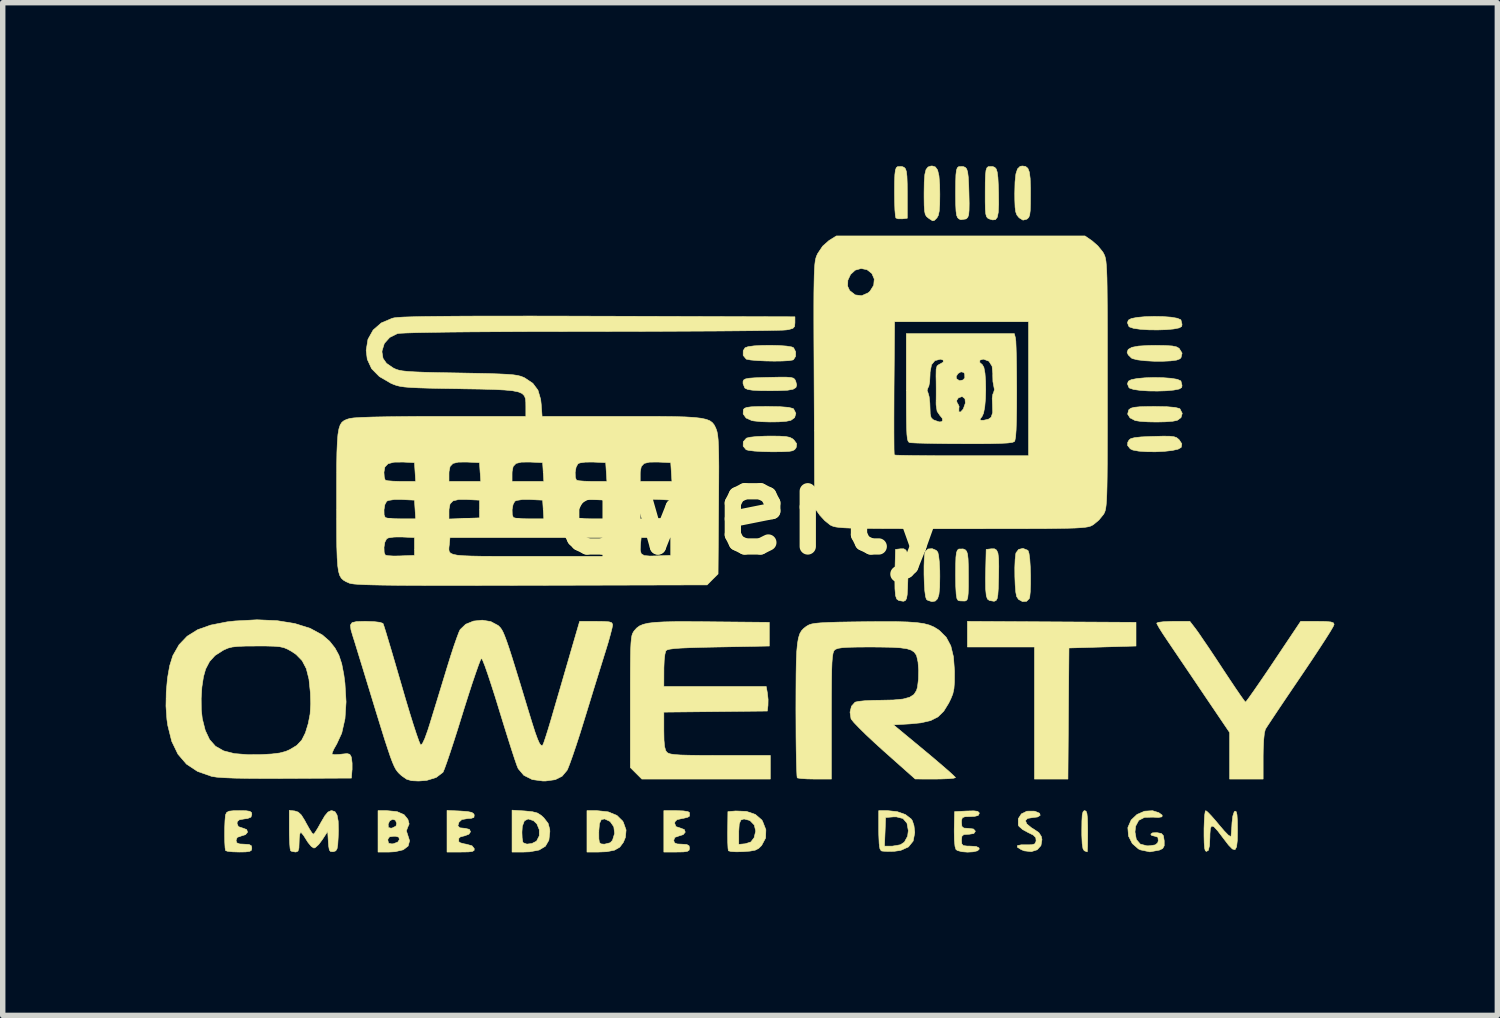
<source format=kicad_pcb>
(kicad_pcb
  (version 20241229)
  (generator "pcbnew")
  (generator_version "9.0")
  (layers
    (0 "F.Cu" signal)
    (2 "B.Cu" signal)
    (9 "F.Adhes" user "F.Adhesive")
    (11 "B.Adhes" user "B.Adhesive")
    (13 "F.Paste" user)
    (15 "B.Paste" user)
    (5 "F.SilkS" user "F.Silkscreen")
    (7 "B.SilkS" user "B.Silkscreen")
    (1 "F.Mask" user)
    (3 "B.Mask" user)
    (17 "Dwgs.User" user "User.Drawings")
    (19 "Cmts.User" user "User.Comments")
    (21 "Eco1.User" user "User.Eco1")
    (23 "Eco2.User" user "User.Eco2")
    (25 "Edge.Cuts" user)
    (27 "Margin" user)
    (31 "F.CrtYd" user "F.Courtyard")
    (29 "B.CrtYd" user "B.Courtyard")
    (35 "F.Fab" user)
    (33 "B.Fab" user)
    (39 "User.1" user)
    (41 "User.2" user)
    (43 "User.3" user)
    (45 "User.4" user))
  (footprint "qwerty"
    (layer "F.Cu")
    (at 10.802 6.319)
    (property "Reference" "qwerty" (at 0 0 0) (layer "F.SilkS") (effects (font (size 1.524 1.524) (thickness 0.3))))
    (attr through_hole)
    (fp_poly (pts (xy 5.506 2.077) (xy 7.058 2.086) (xy 7.058 2.522) (xy 5.824 2.558) (xy 5.814 3.765) (xy 5.805 4.971) (xy 5.189 4.971) (xy 5.189 2.54) (xy 3.955 2.54) (xy 3.955 2.068) (xy 5.506 2.077)) (stroke (width 0.01) (type solid)) (fill yes) (layer "F.SilkS"))
    (fp_poly (pts (xy 6.139 5.563) (xy 6.155 5.606) (xy 6.164 5.692) (xy 6.168 5.832) (xy 6.169 5.933) (xy 6.168 6.089) (xy 6.166 6.213) (xy 6.162 6.292) (xy 6.16 6.311) (xy 6.123 6.297) (xy 6.105 6.29) (xy 6.082 6.252) (xy 6.067 6.159) (xy 6.06 6.002) (xy 6.06 5.912) (xy 6.062 5.743) (xy 6.068 5.635) (xy 6.082 5.576) (xy 6.103 5.553) (xy 6.114 5.552) (xy 6.139 5.563)) (stroke (width 0.01) (type solid)) (fill yes) (layer "F.SilkS"))
    (fp_poly (pts (xy 0.507 -1.883) (xy 0.662 -1.871) (xy 0.744 -1.85) (xy 0.755 -1.843) (xy 0.797 -1.761) (xy 0.774 -1.682) (xy 0.705 -1.632) (xy 0.617 -1.614) (xy 0.48 -1.604) (xy 0.32 -1.602) (xy 0.161 -1.607) (xy 0.026 -1.621) (xy -0.014 -1.628) (xy -0.119 -1.675) (xy -0.173 -1.75) (xy -0.17 -1.827) (xy -0.15 -1.853) (xy -0.106 -1.87) (xy -0.025 -1.881) (xy 0.104 -1.886) (xy 0.282 -1.887) (xy 0.507 -1.883)) (stroke (width 0.01) (type solid)) (fill yes) (layer "F.SilkS"))
    (fp_poly (pts (xy 2.784 0.733) (xy 2.822 0.756) (xy 2.847 0.81) (xy 2.86 0.907) (xy 2.863 1.055) (xy 2.86 1.265) (xy 2.859 1.288) (xy 2.853 1.463) (xy 2.846 1.579) (xy 2.834 1.647) (xy 2.815 1.682) (xy 2.786 1.696) (xy 2.773 1.698) (xy 2.691 1.684) (xy 2.654 1.657) (xy 2.632 1.595) (xy 2.621 1.47) (xy 2.619 1.279) (xy 2.62 1.174) (xy 2.631 0.744) (xy 2.729 0.732) (xy 2.784 0.733)) (stroke (width 0.01) (type solid)) (fill yes) (layer "F.SilkS"))
    (fp_poly (pts (xy 4.453 0.733) (xy 4.491 0.756) (xy 4.516 0.81) (xy 4.529 0.907) (xy 4.532 1.055) (xy 4.529 1.265) (xy 4.528 1.288) (xy 4.523 1.463) (xy 4.515 1.579) (xy 4.503 1.647) (xy 4.484 1.682) (xy 4.455 1.696) (xy 4.442 1.698) (xy 4.36 1.684) (xy 4.323 1.657) (xy 4.302 1.595) (xy 4.29 1.47) (xy 4.288 1.279) (xy 4.29 1.174) (xy 4.3 0.744) (xy 4.398 0.732) (xy 4.453 0.733)) (stroke (width 0.01) (type solid)) (fill yes) (layer "F.SilkS"))
    (fp_poly (pts (xy 2.79 -6.288) (xy 2.815 -6.261) (xy 2.832 -6.209) (xy 2.842 -6.121) (xy 2.847 -5.983) (xy 2.848 -5.802) (xy 2.848 -5.352) (xy 2.756 -5.341) (xy 2.677 -5.342) (xy 2.638 -5.357) (xy 2.629 -5.401) (xy 2.62 -5.503) (xy 2.615 -5.648) (xy 2.613 -5.82) (xy 2.613 -5.831) (xy 2.614 -6.022) (xy 2.619 -6.153) (xy 2.629 -6.235) (xy 2.645 -6.281) (xy 2.67 -6.302) (xy 2.672 -6.302) (xy 2.751 -6.304) (xy 2.79 -6.288)) (stroke (width 0.01) (type solid)) (fill yes) (layer "F.SilkS"))
    (fp_poly (pts (xy 7.554 -3.542) (xy 7.703 -3.531) (xy 7.818 -3.511) (xy 7.881 -3.484) (xy 7.885 -3.479) (xy 7.905 -3.4) (xy 7.899 -3.361) (xy 7.854 -3.334) (xy 7.753 -3.314) (xy 7.614 -3.301) (xy 7.454 -3.296) (xy 7.29 -3.298) (xy 7.138 -3.308) (xy 7.016 -3.325) (xy 6.94 -3.35) (xy 6.928 -3.359) (xy 6.9 -3.429) (xy 6.918 -3.477) (xy 6.972 -3.506) (xy 7.08 -3.527) (xy 7.225 -3.54) (xy 7.389 -3.545) (xy 7.554 -3.542)) (stroke (width 0.01) (type solid)) (fill yes) (layer "F.SilkS"))
    (fp_poly (pts (xy 7.554 -2.417) (xy 7.703 -2.406) (xy 7.818 -2.387) (xy 7.881 -2.359) (xy 7.885 -2.354) (xy 7.905 -2.275) (xy 7.899 -2.237) (xy 7.854 -2.209) (xy 7.753 -2.189) (xy 7.614 -2.176) (xy 7.454 -2.171) (xy 7.29 -2.173) (xy 7.138 -2.183) (xy 7.016 -2.2) (xy 6.94 -2.225) (xy 6.928 -2.235) (xy 6.9 -2.304) (xy 6.918 -2.353) (xy 6.972 -2.381) (xy 7.08 -2.402) (xy 7.225 -2.415) (xy 7.389 -2.42) (xy 7.554 -2.417)) (stroke (width 0.01) (type solid)) (fill yes) (layer "F.SilkS"))
    (fp_poly (pts (xy 7.623 -1.883) (xy 7.775 -1.87) (xy 7.857 -1.85) (xy 7.867 -1.843) (xy 7.909 -1.761) (xy 7.886 -1.682) (xy 7.817 -1.632) (xy 7.733 -1.615) (xy 7.6 -1.605) (xy 7.441 -1.601) (xy 7.279 -1.604) (xy 7.139 -1.613) (xy 7.043 -1.628) (xy 6.948 -1.677) (xy 6.904 -1.747) (xy 6.923 -1.822) (xy 6.928 -1.829) (xy 6.963 -1.855) (xy 7.025 -1.872) (xy 7.128 -1.882) (xy 7.284 -1.886) (xy 7.399 -1.887) (xy 7.623 -1.883)) (stroke (width 0.01) (type solid)) (fill yes) (layer "F.SilkS"))
    (fp_poly (pts (xy 0.491 -3.009) (xy 0.627 -2.999) (xy 0.722 -2.983) (xy 0.755 -2.968) (xy 0.793 -2.894) (xy 0.792 -2.811) (xy 0.754 -2.75) (xy 0.741 -2.743) (xy 0.67 -2.731) (xy 0.549 -2.724) (xy 0.398 -2.722) (xy 0.237 -2.725) (xy 0.086 -2.732) (xy -0.037 -2.743) (xy -0.111 -2.757) (xy -0.118 -2.761) (xy -0.173 -2.828) (xy -0.172 -2.914) (xy -0.138 -2.968) (xy -0.082 -2.988) (xy 0.028 -3.003) (xy 0.173 -3.011) (xy 0.333 -3.013) (xy 0.491 -3.009)) (stroke (width 0.01) (type solid)) (fill yes) (layer "F.SilkS"))
    (fp_poly (pts (xy 5.059 0.757) (xy 5.073 0.769) (xy 5.089 0.821) (xy 5.103 0.926) (xy 5.112 1.067) (xy 5.117 1.226) (xy 5.117 1.383) (xy 5.112 1.52) (xy 5.102 1.619) (xy 5.094 1.648) (xy 5.044 1.699) (xy 4.969 1.704) (xy 4.897 1.665) (xy 4.861 1.612) (xy 4.845 1.531) (xy 4.834 1.4) (xy 4.828 1.241) (xy 4.827 1.077) (xy 4.833 0.931) (xy 4.845 0.825) (xy 4.849 0.807) (xy 4.897 0.744) (xy 4.977 0.725) (xy 5.059 0.757)) (stroke (width 0.01) (type solid)) (fill yes) (layer "F.SilkS"))
    (fp_poly (pts (xy 7.6 -3.009) (xy 7.725 -3.001) (xy 7.804 -2.984) (xy 7.85 -2.958) (xy 7.853 -2.955) (xy 7.906 -2.869) (xy 7.887 -2.788) (xy 7.867 -2.765) (xy 7.806 -2.741) (xy 7.692 -2.726) (xy 7.544 -2.719) (xy 7.382 -2.72) (xy 7.223 -2.729) (xy 7.088 -2.745) (xy 6.995 -2.768) (xy 6.975 -2.778) (xy 6.915 -2.837) (xy 6.894 -2.885) (xy 6.915 -2.938) (xy 6.983 -2.976) (xy 7.104 -2.999) (xy 7.286 -3.01) (xy 7.415 -3.012) (xy 7.6 -3.009)) (stroke (width 0.01) (type solid)) (fill yes) (layer "F.SilkS"))
    (fp_poly (pts (xy 3.382 0.762) (xy 3.41 0.796) (xy 3.425 0.861) (xy 3.438 0.979) (xy 3.446 1.131) (xy 3.447 1.242) (xy 3.444 1.437) (xy 3.431 1.57) (xy 3.405 1.652) (xy 3.363 1.694) (xy 3.302 1.705) (xy 3.302 1.705) (xy 3.226 1.681) (xy 3.2 1.662) (xy 3.184 1.61) (xy 3.17 1.505) (xy 3.161 1.364) (xy 3.156 1.205) (xy 3.156 1.048) (xy 3.161 0.911) (xy 3.171 0.812) (xy 3.179 0.783) (xy 3.229 0.736) (xy 3.307 0.73) (xy 3.382 0.762)) (stroke (width 0.01) (type solid)) (fill yes) (layer "F.SilkS"))
    (fp_poly (pts (xy 4.459 -6.288) (xy 4.485 -6.259) (xy 4.503 -6.202) (xy 4.516 -6.104) (xy 4.524 -5.955) (xy 4.528 -5.816) (xy 4.53 -5.607) (xy 4.523 -5.462) (xy 4.505 -5.371) (xy 4.471 -5.327) (xy 4.42 -5.321) (xy 4.363 -5.337) (xy 4.33 -5.353) (xy 4.307 -5.38) (xy 4.293 -5.43) (xy 4.285 -5.516) (xy 4.282 -5.65) (xy 4.282 -5.824) (xy 4.283 -6.017) (xy 4.288 -6.149) (xy 4.297 -6.233) (xy 4.313 -6.279) (xy 4.337 -6.301) (xy 4.341 -6.302) (xy 4.42 -6.304) (xy 4.459 -6.288)) (stroke (width 0.01) (type solid)) (fill yes) (layer "F.SilkS"))
    (fp_poly (pts (xy 5.026 -6.305) (xy 5.068 -6.27) (xy 5.095 -6.2) (xy 5.11 -6.084) (xy 5.116 -5.91) (xy 5.116 -5.8) (xy 5.115 -5.616) (xy 5.111 -5.492) (xy 5.101 -5.413) (xy 5.084 -5.368) (xy 5.057 -5.341) (xy 5.045 -5.334) (xy 4.978 -5.317) (xy 4.915 -5.355) (xy 4.899 -5.369) (xy 4.865 -5.412) (xy 4.844 -5.469) (xy 4.832 -5.556) (xy 4.827 -5.689) (xy 4.826 -5.808) (xy 4.831 -6.02) (xy 4.847 -6.168) (xy 4.877 -6.26) (xy 4.924 -6.306) (xy 4.965 -6.314) (xy 5.026 -6.305)) (stroke (width 0.01) (type solid)) (fill yes) (layer "F.SilkS"))
    (fp_poly (pts (xy 7.676 -1.34) (xy 7.755 -1.331) (xy 7.805 -1.314) (xy 7.842 -1.284) (xy 7.855 -1.271) (xy 7.901 -1.2) (xy 7.891 -1.139) (xy 7.887 -1.132) (xy 7.832 -1.101) (xy 7.723 -1.077) (xy 7.578 -1.061) (xy 7.415 -1.053) (xy 7.252 -1.055) (xy 7.108 -1.065) (xy 7 -1.085) (xy 6.952 -1.108) (xy 6.902 -1.171) (xy 6.906 -1.228) (xy 6.93 -1.27) (xy 6.963 -1.296) (xy 7.034 -1.314) (xy 7.153 -1.327) (xy 7.331 -1.335) (xy 7.374 -1.336) (xy 7.554 -1.341) (xy 7.676 -1.34)) (stroke (width 0.01) (type solid)) (fill yes) (layer "F.SilkS"))
    (fp_poly (pts (xy 0.496 -1.341) (xy 0.611 -1.334) (xy 0.685 -1.319) (xy 0.736 -1.293) (xy 0.763 -1.269) (xy 0.812 -1.202) (xy 0.805 -1.139) (xy 0.798 -1.124) (xy 0.775 -1.093) (xy 0.736 -1.072) (xy 0.669 -1.06) (xy 0.56 -1.055) (xy 0.394 -1.053) (xy 0.353 -1.053) (xy 0.182 -1.057) (xy 0.035 -1.066) (xy -0.072 -1.079) (xy -0.118 -1.091) (xy -0.173 -1.157) (xy -0.171 -1.238) (xy -0.114 -1.303) (xy -0.111 -1.305) (xy -0.046 -1.321) (xy 0.072 -1.334) (xy 0.224 -1.341) (xy 0.324 -1.343) (xy 0.496 -1.341)) (stroke (width 0.01) (type solid)) (fill yes) (layer "F.SilkS"))
    (fp_poly (pts (xy 0.622 -2.427) (xy 0.705 -2.421) (xy 0.753 -2.408) (xy 0.778 -2.386) (xy 0.794 -2.352) (xy 0.795 -2.351) (xy 0.812 -2.283) (xy 0.798 -2.236) (xy 0.745 -2.204) (xy 0.643 -2.186) (xy 0.484 -2.179) (xy 0.327 -2.177) (xy 0.13 -2.179) (xy -0.005 -2.187) (xy -0.09 -2.201) (xy -0.136 -2.222) (xy -0.144 -2.23) (xy -0.175 -2.308) (xy -0.175 -2.348) (xy -0.163 -2.375) (xy -0.13 -2.394) (xy -0.066 -2.407) (xy 0.041 -2.415) (xy 0.205 -2.421) (xy 0.301 -2.423) (xy 0.491 -2.427) (xy 0.622 -2.427)) (stroke (width 0.01) (type solid)) (fill yes) (layer "F.SilkS"))
    (fp_poly (pts (xy 3.365 -6.296) (xy 3.406 -6.239) (xy 3.431 -6.133) (xy 3.444 -5.97) (xy 3.447 -5.793) (xy 3.445 -5.608) (xy 3.436 -5.483) (xy 3.419 -5.404) (xy 3.393 -5.358) (xy 3.39 -5.355) (xy 3.345 -5.311) (xy 3.313 -5.305) (xy 3.261 -5.338) (xy 3.238 -5.354) (xy 3.202 -5.384) (xy 3.179 -5.423) (xy 3.166 -5.487) (xy 3.159 -5.589) (xy 3.157 -5.744) (xy 3.157 -5.819) (xy 3.16 -6.02) (xy 3.171 -6.159) (xy 3.193 -6.248) (xy 3.23 -6.295) (xy 3.284 -6.313) (xy 3.308 -6.314) (xy 3.365 -6.296)) (stroke (width 0.01) (type solid)) (fill yes) (layer "F.SilkS"))
    (fp_poly (pts (xy 3.915 0.751) (xy 3.94 0.778) (xy 3.957 0.83) (xy 3.967 0.919) (xy 3.972 1.057) (xy 3.973 1.238) (xy 3.973 1.425) (xy 3.969 1.552) (xy 3.961 1.631) (xy 3.947 1.672) (xy 3.924 1.69) (xy 3.901 1.694) (xy 3.817 1.691) (xy 3.783 1.682) (xy 3.762 1.649) (xy 3.748 1.567) (xy 3.74 1.426) (xy 3.737 1.221) (xy 3.737 1.211) (xy 3.739 1.019) (xy 3.743 0.888) (xy 3.753 0.805) (xy 3.77 0.759) (xy 3.794 0.738) (xy 3.797 0.737) (xy 3.876 0.735) (xy 3.915 0.751)) (stroke (width 0.01) (type solid)) (fill yes) (layer "F.SilkS"))
    (fp_poly (pts (xy 3.915 -6.288) (xy 3.941 -6.259) (xy 3.959 -6.202) (xy 3.971 -6.105) (xy 3.979 -5.956) (xy 3.983 -5.813) (xy 3.987 -5.626) (xy 3.985 -5.498) (xy 3.978 -5.417) (xy 3.962 -5.371) (xy 3.938 -5.345) (xy 3.928 -5.339) (xy 3.835 -5.325) (xy 3.8 -5.339) (xy 3.774 -5.363) (xy 3.756 -5.407) (xy 3.745 -5.484) (xy 3.739 -5.607) (xy 3.737 -5.787) (xy 3.737 -5.827) (xy 3.739 -6.019) (xy 3.743 -6.151) (xy 3.753 -6.234) (xy 3.769 -6.28) (xy 3.794 -6.301) (xy 3.797 -6.302) (xy 3.876 -6.304) (xy 3.915 -6.288)) (stroke (width 0.01) (type solid)) (fill yes) (layer "F.SilkS"))
    (fp_poly (pts (xy -1.274 5.557) (xy -1.189 5.57) (xy -1.161 5.588) (xy -1.16 5.649) (xy -1.16 5.652) (xy -1.191 5.673) (xy -1.27 5.693) (xy -1.296 5.697) (xy -1.39 5.718) (xy -1.429 5.757) (xy -1.433 5.788) (xy -1.41 5.846) (xy -1.331 5.872) (xy -1.256 5.9) (xy -1.239 5.948) (xy -1.277 5.994) (xy -1.352 6.017) (xy -1.43 6.044) (xy -1.451 6.098) (xy -1.438 6.144) (xy -1.387 6.165) (xy -1.306 6.169) (xy -1.211 6.175) (xy -1.169 6.199) (xy -1.161 6.241) (xy -1.168 6.28) (xy -1.201 6.302) (xy -1.275 6.312) (xy -1.397 6.314) (xy -1.633 6.314) (xy -1.633 5.552) (xy -1.397 5.552) (xy -1.274 5.557)) (stroke (width 0.01) (type solid)) (fill yes) (layer "F.SilkS"))
    (fp_poly (pts (xy -5.38 5.559) (xy -5.245 5.569) (xy -5.167 5.585) (xy -5.131 5.612) (xy -5.123 5.633) (xy -5.129 5.677) (xy -5.182 5.695) (xy -5.239 5.697) (xy -5.351 5.716) (xy -5.404 5.765) (xy -5.424 5.832) (xy -5.388 5.868) (xy -5.289 5.878) (xy -5.212 5.897) (xy -5.191 5.94) (xy -5.221 5.986) (xy -5.301 6.016) (xy -5.307 6.017) (xy -5.379 6.036) (xy -5.407 6.062) (xy -5.408 6.122) (xy -5.408 6.123) (xy -5.377 6.145) (xy -5.298 6.165) (xy -5.272 6.169) (xy -5.164 6.199) (xy -5.123 6.25) (xy -5.125 6.284) (xy -5.157 6.303) (xy -5.232 6.312) (xy -5.366 6.314) (xy -5.624 6.314) (xy -5.624 5.548) (xy -5.38 5.559)) (stroke (width 0.01) (type solid)) (fill yes) (layer "F.SilkS"))
    (fp_poly (pts (xy -4.19 5.558) (xy -4.052 5.572) (xy -3.96 5.596) (xy -3.889 5.641) (xy -3.843 5.683) (xy -3.763 5.786) (xy -3.733 5.897) (xy -3.731 5.938) (xy -3.749 6.096) (xy -3.813 6.207) (xy -3.929 6.277) (xy -4.102 6.31) (xy -4.211 6.314) (xy -4.427 6.314) (xy -4.427 5.949) (xy -4.245 5.949) (xy -4.241 6.055) (xy -4.229 6.129) (xy -4.221 6.144) (xy -4.154 6.168) (xy -4.062 6.157) (xy -3.981 6.116) (xy -3.974 6.11) (xy -3.926 6.016) (xy -3.926 5.902) (xy -3.97 5.796) (xy -4.033 5.736) (xy -4.132 5.705) (xy -4.2 5.74) (xy -4.238 5.84) (xy -4.245 5.949) (xy -4.427 5.949) (xy -4.427 5.543) (xy -4.19 5.558)) (stroke (width 0.01) (type solid)) (fill yes) (layer "F.SilkS"))
    (fp_poly (pts (xy -2.658 5.574) (xy -2.497 5.64) (xy -2.391 5.744) (xy -2.379 5.765) (xy -2.328 5.908) (xy -2.34 6.043) (xy -2.378 6.136) (xy -2.445 6.225) (xy -2.542 6.28) (xy -2.684 6.308) (xy -2.833 6.314) (xy -3.048 6.314) (xy -3.048 5.95) (xy -2.83 5.95) (xy -2.829 6.071) (xy -2.819 6.136) (xy -2.792 6.163) (xy -2.74 6.169) (xy -2.723 6.169) (xy -2.62 6.143) (xy -2.578 6.098) (xy -2.539 5.971) (xy -2.554 5.849) (xy -2.618 5.757) (xy -2.63 5.748) (xy -2.723 5.704) (xy -2.784 5.717) (xy -2.818 5.791) (xy -2.83 5.931) (xy -2.83 5.95) (xy -3.048 5.95) (xy -3.048 5.552) (xy -2.865 5.552) (xy -2.658 5.574)) (stroke (width 0.01) (type solid)) (fill yes) (layer "F.SilkS"))
    (fp_poly (pts (xy 2.664 5.571) (xy 2.814 5.624) (xy 2.918 5.704) (xy 2.941 5.737) (xy 2.971 5.829) (xy 2.985 5.945) (xy 2.985 5.961) (xy 2.956 6.112) (xy 2.869 6.22) (xy 2.726 6.284) (xy 2.606 6.301) (xy 2.488 6.303) (xy 2.398 6.298) (xy 2.368 6.292) (xy 2.344 6.253) (xy 2.337 6.205) (xy 2.428 6.205) (xy 2.575 6.205) (xy 2.721 6.18) (xy 2.794 6.132) (xy 2.854 6.022) (xy 2.867 5.92) (xy 2.842 5.782) (xy 2.769 5.697) (xy 2.646 5.666) (xy 2.589 5.667) (xy 2.449 5.679) (xy 2.439 5.942) (xy 2.428 6.205) (xy 2.337 6.205) (xy 2.33 6.156) (xy 2.323 5.997) (xy 2.322 5.912) (xy 2.322 5.552) (xy 2.487 5.552) (xy 2.664 5.571)) (stroke (width 0.01) (type solid)) (fill yes) (layer "F.SilkS"))
    (fp_poly (pts (xy 5.207 5.567) (xy 5.284 5.601) (xy 5.294 5.639) (xy 5.245 5.669) (xy 5.162 5.679) (xy 5.061 5.695) (xy 5.023 5.737) (xy 5.049 5.798) (xy 5.138 5.871) (xy 5.171 5.89) (xy 5.269 5.956) (xy 5.315 6.027) (xy 5.327 6.084) (xy 5.308 6.196) (xy 5.238 6.273) (xy 5.13 6.307) (xy 5 6.292) (xy 4.944 6.269) (xy 4.875 6.226) (xy 4.875 6.196) (xy 4.945 6.181) (xy 5.035 6.181) (xy 5.14 6.18) (xy 5.194 6.164) (xy 5.215 6.124) (xy 5.219 6.105) (xy 5.213 6.048) (xy 5.167 6.002) (xy 5.07 5.954) (xy 4.971 5.9) (xy 4.904 5.841) (xy 4.891 5.817) (xy 4.891 5.701) (xy 4.948 5.612) (xy 5.05 5.562) (xy 5.182 5.561) (xy 5.207 5.567)) (stroke (width 0.01) (type solid)) (fill yes) (layer "F.SilkS"))
    (fp_poly (pts (xy -0.111 5.566) (xy 0.052 5.622) (xy 0.168 5.722) (xy 0.183 5.744) (xy 0.245 5.903) (xy 0.24 6.056) (xy 0.168 6.191) (xy 0.168 6.192) (xy 0.112 6.247) (xy 0.048 6.28) (xy -0.046 6.297) (xy -0.173 6.307) (xy -0.301 6.31) (xy -0.398 6.304) (xy -0.444 6.291) (xy -0.445 6.29) (xy -0.452 6.243) (xy -0.457 6.14) (xy -0.459 6) (xy -0.459 5.952) (xy -0.254 5.952) (xy -0.254 6.173) (xy -0.136 6.162) (xy -0.033 6.13) (xy 0.028 6.052) (xy 0.058 5.928) (xy 0.032 5.817) (xy -0.042 5.74) (xy -0.065 5.729) (xy -0.158 5.705) (xy -0.215 5.725) (xy -0.245 5.797) (xy -0.254 5.931) (xy -0.254 5.952) (xy -0.459 5.952) (xy -0.458 5.915) (xy -0.454 5.57) (xy -0.308 5.558) (xy -0.111 5.566)) (stroke (width 0.01) (type solid)) (fill yes) (layer "F.SilkS"))
    (fp_poly (pts (xy -6.544 5.57) (xy -6.415 5.626) (xy -6.344 5.713) (xy -6.321 5.797) (xy -6.347 5.857) (xy -6.372 5.924) (xy -6.353 5.982) (xy -6.313 6.107) (xy -6.34 6.204) (xy -6.429 6.272) (xy -6.579 6.308) (xy -6.685 6.314) (xy -6.894 6.314) (xy -6.894 6.098) (xy -6.713 6.098) (xy -6.699 6.152) (xy -6.642 6.164) (xy -6.613 6.162) (xy -6.531 6.131) (xy -6.502 6.087) (xy -6.51 6.041) (xy -6.568 6.024) (xy -6.601 6.023) (xy -6.682 6.034) (xy -6.711 6.074) (xy -6.713 6.098) (xy -6.894 6.098) (xy -6.894 5.8) (xy -6.707 5.8) (xy -6.704 5.862) (xy -6.657 5.875) (xy -6.634 5.872) (xy -6.564 5.837) (xy -6.55 5.788) (xy -6.573 5.728) (xy -6.625 5.712) (xy -6.679 5.74) (xy -6.707 5.8) (xy -6.894 5.8) (xy -6.894 5.552) (xy -6.733 5.552) (xy -6.544 5.57)) (stroke (width 0.01) (type solid)) (fill yes) (layer "F.SilkS"))
    (fp_poly (pts (xy -9.322 5.554) (xy -9.252 5.565) (xy -9.222 5.588) (xy -9.217 5.622) (xy -9.233 5.672) (xy -9.295 5.697) (xy -9.353 5.704) (xy -9.445 5.72) (xy -9.484 5.754) (xy -9.489 5.788) (xy -9.465 5.846) (xy -9.387 5.872) (xy -9.312 5.9) (xy -9.295 5.948) (xy -9.333 5.994) (xy -9.407 6.017) (xy -9.486 6.044) (xy -9.507 6.098) (xy -9.494 6.144) (xy -9.442 6.165) (xy -9.362 6.169) (xy -9.267 6.175) (xy -9.225 6.199) (xy -9.217 6.241) (xy -9.224 6.281) (xy -9.257 6.302) (xy -9.332 6.312) (xy -9.45 6.314) (xy -9.573 6.31) (xy -9.664 6.3) (xy -9.7 6.287) (xy -9.709 6.236) (xy -9.715 6.135) (xy -9.717 6.003) (xy -9.716 5.864) (xy -9.711 5.738) (xy -9.703 5.647) (xy -9.699 5.625) (xy -9.679 5.585) (xy -9.636 5.562) (xy -9.55 5.553) (xy -9.448 5.552) (xy -9.322 5.554)) (stroke (width 0.01) (type solid)) (fill yes) (layer "F.SilkS"))
    (fp_poly (pts (xy 4.143 5.565) (xy 4.17 5.588) (xy 4.173 5.604) (xy 4.153 5.641) (xy 4.085 5.658) (xy 4.01 5.661) (xy 3.909 5.664) (xy 3.862 5.682) (xy 3.847 5.728) (xy 3.846 5.769) (xy 3.853 5.843) (xy 3.889 5.873) (xy 3.973 5.878) (xy 4.067 5.89) (xy 4.1 5.928) (xy 4.1 5.933) (xy 4.073 5.973) (xy 3.985 5.987) (xy 3.973 5.987) (xy 3.888 5.993) (xy 3.853 6.024) (xy 3.846 6.096) (xy 3.851 6.163) (xy 3.878 6.195) (xy 3.948 6.204) (xy 4.01 6.205) (xy 4.117 6.212) (xy 4.166 6.236) (xy 4.173 6.259) (xy 4.141 6.291) (xy 4.061 6.31) (xy 3.957 6.316) (xy 3.853 6.308) (xy 3.771 6.286) (xy 3.744 6.267) (xy 3.726 6.209) (xy 3.715 6.095) (xy 3.712 5.942) (xy 3.712 5.895) (xy 3.719 5.57) (xy 3.946 5.559) (xy 4.073 5.556) (xy 4.143 5.565)) (stroke (width 0.01) (type solid)) (fill yes) (layer "F.SilkS"))
    (fp_poly (pts (xy 7.477 5.589) (xy 7.54 5.635) (xy 7.536 5.666) (xy 7.468 5.678) (xy 7.371 5.672) (xy 7.214 5.676) (xy 7.108 5.731) (xy 7.051 5.838) (xy 7.039 5.945) (xy 7.064 6.083) (xy 7.137 6.168) (xy 7.26 6.2) (xy 7.317 6.198) (xy 7.413 6.182) (xy 7.457 6.145) (xy 7.468 6.105) (xy 7.461 6.041) (xy 7.406 6.023) (xy 7.405 6.023) (xy 7.345 6.008) (xy 7.33 5.985) (xy 7.361 5.961) (xy 7.44 5.957) (xy 7.448 5.958) (xy 7.526 5.973) (xy 7.562 6.013) (xy 7.576 6.101) (xy 7.577 6.105) (xy 7.577 6.199) (xy 7.549 6.249) (xy 7.493 6.277) (xy 7.314 6.311) (xy 7.142 6.275) (xy 7.103 6.257) (xy 6.989 6.157) (xy 6.92 6.02) (xy 6.908 5.87) (xy 6.91 5.858) (xy 6.969 5.724) (xy 7.077 5.622) (xy 7.215 5.562) (xy 7.363 5.553) (xy 7.477 5.589)) (stroke (width 0.01) (type solid)) (fill yes) (layer "F.SilkS"))
    (fp_poly (pts (xy 8.377 5.578) (xy 8.445 5.649) (xy 8.535 5.752) (xy 8.586 5.814) (xy 8.682 5.926) (xy 8.755 6.001) (xy 8.799 6.029) (xy 8.807 6.023) (xy 8.813 5.958) (xy 8.821 5.849) (xy 8.825 5.772) (xy 8.84 5.651) (xy 8.865 5.576) (xy 8.881 5.561) (xy 8.903 5.572) (xy 8.917 5.629) (xy 8.924 5.741) (xy 8.926 5.912) (xy 8.923 6.1) (xy 8.909 6.219) (xy 8.88 6.271) (xy 8.832 6.258) (xy 8.76 6.184) (xy 8.666 6.061) (xy 8.563 5.925) (xy 8.493 5.849) (xy 8.45 5.834) (xy 8.427 5.878) (xy 8.419 5.981) (xy 8.418 6.041) (xy 8.411 6.195) (xy 8.389 6.284) (xy 8.353 6.303) (xy 8.333 6.289) (xy 8.321 6.243) (xy 8.313 6.147) (xy 8.31 6.02) (xy 8.31 5.879) (xy 8.315 5.744) (xy 8.322 5.633) (xy 8.333 5.565) (xy 8.342 5.552) (xy 8.377 5.578)) (stroke (width 0.01) (type solid)) (fill yes) (layer "F.SilkS"))
    (fp_poly (pts (xy -8.427 5.558) (xy -8.363 5.579) (xy -8.306 5.632) (xy -8.242 5.734) (xy -8.219 5.778) (xy -8.159 5.885) (xy -8.111 5.961) (xy -8.085 5.987) (xy -8.056 5.958) (xy -8.006 5.88) (xy -7.945 5.771) (xy -7.944 5.769) (xy -7.872 5.646) (xy -7.815 5.578) (xy -7.76 5.553) (xy -7.744 5.552) (xy -7.686 5.571) (xy -7.648 5.633) (xy -7.627 5.746) (xy -7.623 5.919) (xy -7.627 6.042) (xy -7.635 6.176) (xy -7.648 6.254) (xy -7.672 6.292) (xy -7.712 6.306) (xy -7.718 6.307) (xy -7.765 6.306) (xy -7.79 6.277) (xy -7.803 6.202) (xy -7.809 6.125) (xy -7.82 5.933) (xy -7.92 6.087) (xy -7.987 6.176) (xy -8.048 6.231) (xy -8.073 6.241) (xy -8.121 6.212) (xy -8.182 6.138) (xy -8.209 6.096) (xy -8.263 6.01) (xy -8.306 5.958) (xy -8.319 5.951) (xy -8.334 5.984) (xy -8.344 6.067) (xy -8.346 6.132) (xy -8.35 6.242) (xy -8.367 6.297) (xy -8.403 6.313) (xy -8.412 6.314) (xy -8.481 6.302) (xy -8.503 6.29) (xy -8.513 6.245) (xy -8.521 6.145) (xy -8.526 6.006) (xy -8.527 5.906) (xy -8.527 5.547) (xy -8.427 5.558)) (stroke (width 0.01) (type solid)) (fill yes) (layer "F.SilkS"))
    (fp_poly (pts (xy -0.827 2.075) (xy -0.762 2.076) (xy 0.308 2.086) (xy 0.308 2.522) (xy -0.627 2.54) (xy -0.92 2.546) (xy -1.148 2.553) (xy -1.319 2.56) (xy -1.441 2.569) (xy -1.523 2.58) (xy -1.572 2.593) (xy -1.596 2.61) (xy -1.597 2.613) (xy -1.613 2.673) (xy -1.626 2.784) (xy -1.632 2.926) (xy -1.632 2.966) (xy -1.633 3.266) (xy 0.251 3.266) (xy 0.273 3.387) (xy 0.286 3.507) (xy 0.284 3.614) (xy 0.272 3.719) (xy -0.68 3.729) (xy -1.633 3.739) (xy -1.633 4.08) (xy -1.63 4.256) (xy -1.619 4.373) (xy -1.599 4.446) (xy -1.576 4.479) (xy -1.549 4.496) (xy -1.504 4.51) (xy -1.432 4.52) (xy -1.323 4.528) (xy -1.171 4.532) (xy -0.966 4.535) (xy -0.699 4.536) (xy -0.596 4.536) (xy 0.327 4.536) (xy 0.327 4.971) (xy -2.038 4.971) (xy -2.144 4.865) (xy -2.25 4.759) (xy -2.25 3.546) (xy -2.25 3.216) (xy -2.249 2.952) (xy -2.247 2.744) (xy -2.244 2.586) (xy -2.238 2.468) (xy -2.23 2.384) (xy -2.22 2.326) (xy -2.206 2.286) (xy -2.188 2.255) (xy -2.175 2.237) (xy -2.133 2.191) (xy -2.082 2.153) (xy -2.015 2.124) (xy -1.923 2.102) (xy -1.799 2.087) (xy -1.635 2.078) (xy -1.424 2.073) (xy -1.157 2.073) (xy -0.827 2.075)) (stroke (width 0.01) (type solid)) (fill yes) (layer "F.SilkS"))
    (fp_poly (pts (xy 8.154 2.204) (xy 8.207 2.277) (xy 8.29 2.399) (xy 8.398 2.557) (xy 8.52 2.74) (xy 8.649 2.936) (xy 8.656 2.947) (xy 8.778 3.131) (xy 8.887 3.294) (xy 8.976 3.424) (xy 9.04 3.514) (xy 9.071 3.553) (xy 9.073 3.554) (xy 9.098 3.526) (xy 9.157 3.445) (xy 9.245 3.32) (xy 9.356 3.159) (xy 9.485 2.97) (xy 9.591 2.812) (xy 10.089 2.068) (xy 10.397 2.068) (xy 10.55 2.07) (xy 10.644 2.079) (xy 10.691 2.095) (xy 10.704 2.122) (xy 10.704 2.124) (xy 10.685 2.168) (xy 10.629 2.263) (xy 10.542 2.401) (xy 10.428 2.576) (xy 10.294 2.779) (xy 10.144 3.002) (xy 10.092 3.079) (xy 9.936 3.309) (xy 9.792 3.522) (xy 9.665 3.711) (xy 9.562 3.866) (xy 9.486 3.981) (xy 9.444 4.046) (xy 9.439 4.055) (xy 9.421 4.125) (xy 9.408 4.252) (xy 9.4 4.421) (xy 9.398 4.551) (xy 9.398 4.971) (xy 8.781 4.971) (xy 8.781 4.114) (xy 8.304 3.409) (xy 8.155 3.188) (xy 8.007 2.969) (xy 7.868 2.764) (xy 7.749 2.588) (xy 7.658 2.454) (xy 7.633 2.417) (xy 7.549 2.291) (xy 7.483 2.186) (xy 7.445 2.117) (xy 7.439 2.1) (xy 7.472 2.086) (xy 7.561 2.075) (xy 7.69 2.069) (xy 7.744 2.068) (xy 8.049 2.068) (xy 8.154 2.204)) (stroke (width 0.01) (type solid)) (fill yes) (layer "F.SilkS"))
    (fp_poly (pts (xy -8.753 2.055) (xy -8.425 2.108) (xy -8.144 2.196) (xy -7.919 2.318) (xy -7.784 2.435) (xy -7.686 2.559) (xy -7.614 2.691) (xy -7.562 2.849) (xy -7.523 3.051) (xy -7.503 3.203) (xy -7.482 3.55) (xy -7.502 3.861) (xy -7.562 4.126) (xy -7.653 4.324) (xy -7.708 4.42) (xy -7.738 4.49) (xy -7.739 4.513) (xy -7.694 4.521) (xy -7.605 4.517) (xy -7.563 4.512) (xy -7.464 4.502) (xy -7.414 4.515) (xy -7.389 4.558) (xy -7.383 4.58) (xy -7.371 4.677) (xy -7.371 4.796) (xy -7.373 4.811) (xy -7.384 4.953) (xy -8.582 4.959) (xy -8.963 4.96) (xy -9.277 4.958) (xy -9.529 4.954) (xy -9.722 4.946) (xy -9.861 4.936) (xy -9.952 4.922) (xy -9.96 4.92) (xy -10.216 4.83) (xy -10.42 4.695) (xy -10.577 4.512) (xy -10.691 4.276) (xy -10.764 3.983) (xy -10.78 3.872) (xy -10.797 3.628) (xy -10.794 3.487) (xy -10.149 3.487) (xy -10.147 3.691) (xy -10.129 3.857) (xy -10.074 4.075) (xy -9.995 4.243) (xy -9.885 4.367) (xy -9.735 4.452) (xy -9.538 4.502) (xy -9.286 4.522) (xy -9.046 4.52) (xy -8.848 4.509) (xy -8.703 4.491) (xy -8.591 4.461) (xy -8.52 4.43) (xy -8.39 4.352) (xy -8.298 4.254) (xy -8.23 4.119) (xy -8.178 3.948) (xy -8.144 3.773) (xy -8.133 3.582) (xy -8.139 3.383) (xy -8.165 3.132) (xy -8.214 2.938) (xy -8.291 2.791) (xy -8.401 2.678) (xy -8.485 2.621) (xy -8.559 2.58) (xy -8.626 2.552) (xy -8.703 2.535) (xy -8.806 2.526) (xy -8.951 2.522) (xy -9.126 2.522) (xy -9.327 2.523) (xy -9.472 2.529) (xy -9.575 2.54) (xy -9.654 2.56) (xy -9.723 2.59) (xy -9.743 2.6) (xy -9.893 2.696) (xy -9.995 2.808) (xy -10.067 2.946) (xy -10.107 3.088) (xy -10.136 3.277) (xy -10.149 3.487) (xy -10.794 3.487) (xy -10.792 3.368) (xy -10.769 3.113) (xy -10.729 2.886) (xy -10.673 2.706) (xy -10.669 2.696) (xy -10.556 2.498) (xy -10.407 2.342) (xy -10.215 2.222) (xy -9.972 2.136) (xy -9.671 2.077) (xy -9.527 2.061) (xy -9.122 2.039) (xy -8.753 2.055)) (stroke (width 0.01) (type solid)) (fill yes) (layer "F.SilkS"))
    (fp_poly (pts (xy 2.643 2.073) (xy 2.855 2.079) (xy 3.022 2.091) (xy 3.151 2.109) (xy 3.254 2.136) (xy 3.338 2.172) (xy 3.412 2.217) (xy 3.442 2.239) (xy 3.565 2.362) (xy 3.649 2.519) (xy 3.698 2.722) (xy 3.717 2.98) (xy 3.717 3.015) (xy 3.716 3.185) (xy 3.707 3.306) (xy 3.686 3.403) (xy 3.648 3.497) (xy 3.61 3.574) (xy 3.519 3.722) (xy 3.413 3.826) (xy 3.277 3.895) (xy 3.097 3.936) (xy 2.903 3.955) (xy 2.594 3.973) (xy 3.164 4.445) (xy 3.336 4.589) (xy 3.487 4.718) (xy 3.61 4.824) (xy 3.694 4.901) (xy 3.734 4.941) (xy 3.735 4.944) (xy 3.702 4.955) (xy 3.612 4.964) (xy 3.479 4.969) (xy 3.365 4.971) (xy 2.994 4.97) (xy 2.42 4.46) (xy 2.247 4.303) (xy 2.091 4.157) (xy 1.962 4.03) (xy 1.868 3.932) (xy 1.817 3.869) (xy 1.812 3.86) (xy 1.794 3.739) (xy 1.821 3.629) (xy 1.888 3.555) (xy 1.889 3.555) (xy 1.951 3.541) (xy 2.067 3.529) (xy 2.22 3.522) (xy 2.357 3.52) (xy 2.594 3.515) (xy 2.769 3.498) (xy 2.891 3.465) (xy 2.971 3.414) (xy 3.018 3.34) (xy 3.036 3.278) (xy 3.054 3.13) (xy 3.057 2.968) (xy 3.046 2.818) (xy 3.021 2.706) (xy 3.012 2.685) (xy 2.976 2.635) (xy 2.922 2.598) (xy 2.841 2.572) (xy 2.722 2.555) (xy 2.555 2.545) (xy 2.332 2.541) (xy 2.177 2.54) (xy 1.945 2.541) (xy 1.775 2.545) (xy 1.656 2.552) (xy 1.578 2.564) (xy 1.53 2.581) (xy 1.508 2.597) (xy 1.492 2.621) (xy 1.48 2.662) (xy 1.47 2.728) (xy 1.462 2.825) (xy 1.457 2.963) (xy 1.454 3.148) (xy 1.452 3.388) (xy 1.451 3.69) (xy 1.451 3.813) (xy 1.451 4.971) (xy 1.149 4.971) (xy 1.007 4.968) (xy 0.895 4.961) (xy 0.83 4.951) (xy 0.822 4.947) (xy 0.817 4.906) (xy 0.812 4.801) (xy 0.807 4.641) (xy 0.803 4.434) (xy 0.8 4.189) (xy 0.799 3.914) (xy 0.798 3.694) (xy 0.799 3.336) (xy 0.801 3.043) (xy 0.805 2.809) (xy 0.813 2.624) (xy 0.826 2.483) (xy 0.844 2.377) (xy 0.868 2.299) (xy 0.9 2.242) (xy 0.94 2.199) (xy 0.989 2.161) (xy 1.002 2.153) (xy 1.04 2.132) (xy 1.089 2.116) (xy 1.158 2.104) (xy 1.257 2.095) (xy 1.394 2.088) (xy 1.579 2.082) (xy 1.821 2.078) (xy 2.047 2.075) (xy 2.377 2.072) (xy 2.643 2.073)) (stroke (width 0.01) (type solid)) (fill yes) (layer "F.SilkS"))
    (fp_poly (pts (xy 6.251 -4.935) (xy 6.355 -4.844) (xy 6.445 -4.733) (xy 6.457 -4.713) (xy 6.472 -4.684) (xy 6.485 -4.653) (xy 6.496 -4.613) (xy 6.505 -4.558) (xy 6.512 -4.484) (xy 6.518 -4.385) (xy 6.523 -4.255) (xy 6.526 -4.088) (xy 6.528 -3.879) (xy 6.53 -3.622) (xy 6.531 -3.312) (xy 6.531 -2.943) (xy 6.531 -2.51) (xy 6.531 -2.299) (xy 6.531 -1.836) (xy 6.531 -1.439) (xy 6.53 -1.104) (xy 6.529 -0.825) (xy 6.527 -0.596) (xy 6.524 -0.411) (xy 6.52 -0.266) (xy 6.515 -0.155) (xy 6.508 -0.072) (xy 6.5 -0.011) (xy 6.49 0.033) (xy 6.478 0.066) (xy 6.464 0.092) (xy 6.459 0.1) (xy 6.375 0.203) (xy 6.273 0.288) (xy 6.269 0.29) (xy 6.243 0.305) (xy 6.213 0.318) (xy 6.173 0.328) (xy 6.118 0.337) (xy 6.042 0.344) (xy 5.941 0.35) (xy 5.807 0.354) (xy 5.636 0.357) (xy 5.422 0.36) (xy 5.16 0.361) (xy 4.844 0.362) (xy 4.469 0.362) (xy 4.028 0.363) (xy 3.846 0.363) (xy 3.38 0.363) (xy 2.98 0.362) (xy 2.642 0.361) (xy 2.36 0.36) (xy 2.128 0.358) (xy 1.942 0.355) (xy 1.795 0.351) (xy 1.682 0.346) (xy 1.597 0.339) (xy 1.535 0.331) (xy 1.491 0.321) (xy 1.459 0.309) (xy 1.433 0.296) (xy 1.429 0.294) (xy 1.331 0.216) (xy 1.239 0.116) (xy 1.23 0.103) (xy 1.143 -0.018) (xy 1.136 -1.672) (xy 2.602 -1.672) (xy 2.602 -1.438) (xy 2.603 -1.245) (xy 2.604 -1.102) (xy 2.607 -1.016) (xy 2.61 -0.995) (xy 2.648 -0.991) (xy 2.751 -0.988) (xy 2.909 -0.985) (xy 3.114 -0.983) (xy 3.358 -0.981) (xy 3.632 -0.98) (xy 3.852 -0.98) (xy 5.08 -0.98) (xy 5.08 -3.447) (xy 2.614 -3.447) (xy 2.604 -2.229) (xy 2.603 -1.939) (xy 2.602 -1.672) (xy 1.136 -1.672) (xy 1.133 -2.281) (xy 1.131 -2.743) (xy 1.129 -3.137) (xy 1.128 -3.47) (xy 1.128 -3.748) (xy 1.129 -3.976) (xy 1.131 -4.1) (xy 1.75 -4.1) (xy 1.787 -4.021) (xy 1.89 -3.941) (xy 2.008 -3.926) (xy 2.126 -3.978) (xy 2.161 -4.008) (xy 2.23 -4.118) (xy 2.24 -4.233) (xy 2.196 -4.335) (xy 2.107 -4.405) (xy 1.998 -4.427) (xy 1.889 -4.396) (xy 1.804 -4.317) (xy 1.754 -4.211) (xy 1.75 -4.1) (xy 1.131 -4.1) (xy 1.132 -4.159) (xy 1.135 -4.304) (xy 1.14 -4.417) (xy 1.146 -4.502) (xy 1.154 -4.566) (xy 1.164 -4.614) (xy 1.176 -4.652) (xy 1.191 -4.685) (xy 1.199 -4.702) (xy 1.29 -4.838) (xy 1.406 -4.941) (xy 1.409 -4.943) (xy 1.542 -5.026) (xy 6.119 -5.026) (xy 6.251 -4.935)) (stroke (width 0.01) (type solid)) (fill yes) (layer "F.SilkS"))
    (fp_poly (pts (xy 4.839 -3.148) (xy 4.846 -3.09) (xy 4.851 -2.97) (xy 4.856 -2.8) (xy 4.859 -2.59) (xy 4.861 -2.352) (xy 4.862 -2.175) (xy 4.861 -1.869) (xy 4.857 -1.629) (xy 4.851 -1.452) (xy 4.842 -1.331) (xy 4.829 -1.261) (xy 4.819 -1.241) (xy 4.781 -1.226) (xy 4.698 -1.215) (xy 4.563 -1.208) (xy 4.371 -1.203) (xy 4.117 -1.201) (xy 3.866 -1.202) (xy 3.614 -1.203) (xy 3.383 -1.206) (xy 3.185 -1.21) (xy 3.03 -1.214) (xy 2.928 -1.219) (xy 2.894 -1.222) (xy 2.875 -1.232) (xy 2.86 -1.255) (xy 2.849 -1.3) (xy 2.841 -1.375) (xy 2.836 -1.487) (xy 2.833 -1.645) (xy 2.831 -1.857) (xy 2.83 -2.131) (xy 2.83 -2.183) (xy 3.213 -2.183) (xy 3.229 -2.141) (xy 3.25 -2.068) (xy 3.263 -1.952) (xy 3.266 -1.87) (xy 3.27 -1.75) (xy 3.286 -1.683) (xy 3.321 -1.646) (xy 3.347 -1.634) (xy 3.433 -1.604) (xy 3.477 -1.605) (xy 3.499 -1.628) (xy 3.49 -1.673) (xy 3.447 -1.724) (xy 3.397 -1.798) (xy 3.379 -1.913) (xy 3.378 -1.955) (xy 3.379 -1.995) (xy 3.755 -1.995) (xy 3.769 -1.946) (xy 3.778 -1.938) (xy 3.802 -1.889) (xy 3.798 -1.846) (xy 3.798 -1.789) (xy 3.828 -1.785) (xy 3.873 -1.834) (xy 3.881 -1.848) (xy 3.917 -1.95) (xy 3.91 -2.029) (xy 3.863 -2.067) (xy 3.85 -2.068) (xy 3.788 -2.045) (xy 3.755 -1.995) (xy 3.379 -1.995) (xy 3.38 -2.103) (xy 3.38 -2.219) (xy 3.379 -2.342) (xy 3.377 -2.439) (xy 3.748 -2.439) (xy 3.753 -2.398) (xy 3.81 -2.361) (xy 3.876 -2.376) (xy 3.907 -2.415) (xy 3.904 -2.487) (xy 3.887 -2.514) (xy 3.836 -2.525) (xy 3.781 -2.493) (xy 3.748 -2.439) (xy 3.377 -2.439) (xy 3.377 -2.456) (xy 3.379 -2.57) (xy 3.396 -2.633) (xy 3.435 -2.663) (xy 3.447 -2.667) (xy 3.508 -2.702) (xy 3.513 -2.739) (xy 3.513 -2.739) (xy 4.182 -2.739) (xy 4.183 -2.696) (xy 4.229 -2.657) (xy 4.258 -2.606) (xy 4.278 -2.5) (xy 4.289 -2.357) (xy 4.292 -2.194) (xy 4.287 -2.03) (xy 4.274 -1.881) (xy 4.252 -1.765) (xy 4.224 -1.702) (xy 4.184 -1.651) (xy 4.202 -1.634) (xy 4.254 -1.633) (xy 4.342 -1.653) (xy 4.391 -1.688) (xy 4.42 -1.775) (xy 4.416 -1.919) (xy 4.411 -2.036) (xy 4.423 -2.116) (xy 4.433 -2.132) (xy 4.452 -2.197) (xy 4.441 -2.255) (xy 4.424 -2.347) (xy 4.421 -2.466) (xy 4.422 -2.489) (xy 4.409 -2.628) (xy 4.351 -2.72) (xy 4.255 -2.757) (xy 4.243 -2.758) (xy 4.182 -2.739) (xy 3.513 -2.739) (xy 3.462 -2.757) (xy 3.456 -2.757) (xy 3.356 -2.731) (xy 3.294 -2.655) (xy 3.268 -2.521) (xy 3.266 -2.456) (xy 3.26 -2.341) (xy 3.244 -2.258) (xy 3.229 -2.232) (xy 3.213 -2.183) (xy 2.83 -2.183) (xy 2.83 -2.234) (xy 2.83 -3.229) (xy 4.818 -3.229) (xy 4.839 -3.148)) (stroke (width 0.01) (type solid)) (fill yes) (layer "F.SilkS"))
    (fp_poly (pts (xy -4.818 2.072) (xy -4.683 2.144) (xy -4.67 2.156) (xy -4.644 2.182) (xy -4.619 2.216) (xy -4.593 2.264) (xy -4.563 2.334) (xy -4.527 2.43) (xy -4.482 2.561) (xy -4.427 2.732) (xy -4.359 2.951) (xy -4.275 3.224) (xy -4.174 3.558) (xy -4.136 3.683) (xy -4.061 3.927) (xy -4.003 4.109) (xy -3.957 4.235) (xy -3.922 4.313) (xy -3.895 4.349) (xy -3.871 4.353) (xy -3.862 4.345) (xy -3.844 4.304) (xy -3.811 4.206) (xy -3.766 4.064) (xy -3.713 3.889) (xy -3.683 3.785) (xy -3.614 3.548) (xy -3.533 3.271) (xy -3.45 2.985) (xy -3.373 2.721) (xy -3.355 2.658) (xy -3.183 2.068) (xy -2.88 2.068) (xy -2.731 2.07) (xy -2.64 2.077) (xy -2.594 2.092) (xy -2.578 2.119) (xy -2.576 2.136) (xy -2.587 2.195) (xy -2.616 2.308) (xy -2.658 2.459) (xy -2.711 2.632) (xy -2.718 2.653) (xy -2.772 2.827) (xy -2.842 3.052) (xy -2.922 3.309) (xy -3.005 3.58) (xy -3.087 3.846) (xy -3.104 3.901) (xy -3.177 4.136) (xy -3.248 4.354) (xy -3.312 4.543) (xy -3.365 4.691) (xy -3.403 4.787) (xy -3.415 4.811) (xy -3.506 4.919) (xy -3.632 4.982) (xy -3.806 5.006) (xy -3.857 5.007) (xy -4.055 4.98) (xy -4.21 4.902) (xy -4.314 4.779) (xy -4.338 4.72) (xy -4.379 4.602) (xy -4.434 4.434) (xy -4.5 4.226) (xy -4.574 3.989) (xy -4.653 3.733) (xy -4.659 3.713) (xy -4.736 3.462) (xy -4.809 3.235) (xy -4.873 3.041) (xy -4.926 2.889) (xy -4.966 2.789) (xy -4.988 2.748) (xy -4.989 2.747) (xy -5.009 2.782) (xy -5.046 2.877) (xy -5.098 3.025) (xy -5.163 3.216) (xy -5.236 3.442) (xy -5.316 3.694) (xy -5.34 3.772) (xy -5.421 4.033) (xy -5.498 4.274) (xy -5.567 4.484) (xy -5.625 4.655) (xy -5.669 4.777) (xy -5.696 4.842) (xy -5.7 4.848) (xy -5.824 4.942) (xy -6 4.996) (xy -6.147 5.007) (xy -6.276 5.001) (xy -6.367 4.974) (xy -6.452 4.915) (xy -6.475 4.896) (xy -6.507 4.866) (xy -6.536 4.834) (xy -6.565 4.794) (xy -6.594 4.74) (xy -6.627 4.664) (xy -6.666 4.561) (xy -6.712 4.424) (xy -6.77 4.248) (xy -6.839 4.026) (xy -6.924 3.751) (xy -7.026 3.417) (xy -7.111 3.139) (xy -7.176 2.926) (xy -7.238 2.725) (xy -7.291 2.552) (xy -7.331 2.422) (xy -7.351 2.361) (xy -7.392 2.223) (xy -7.402 2.137) (xy -7.371 2.091) (xy -7.289 2.072) (xy -7.146 2.068) (xy -7.114 2.068) (xy -6.968 2.073) (xy -6.859 2.086) (xy -6.804 2.105) (xy -6.802 2.107) (xy -6.786 2.151) (xy -6.753 2.255) (xy -6.706 2.412) (xy -6.646 2.612) (xy -6.577 2.847) (xy -6.501 3.108) (xy -6.463 3.238) (xy -6.385 3.507) (xy -6.311 3.753) (xy -6.244 3.968) (xy -6.187 4.142) (xy -6.143 4.267) (xy -6.114 4.335) (xy -6.106 4.345) (xy -6.077 4.318) (xy -6.033 4.226) (xy -5.979 4.076) (xy -5.938 3.948) (xy -5.883 3.768) (xy -5.813 3.541) (xy -5.737 3.292) (xy -5.661 3.043) (xy -5.624 2.921) (xy -5.56 2.715) (xy -5.499 2.528) (xy -5.445 2.374) (xy -5.404 2.265) (xy -5.382 2.219) (xy -5.28 2.121) (xy -5.137 2.063) (xy -4.976 2.046) (xy -4.818 2.072)) (stroke (width 0.01) (type solid)) (fill yes) (layer "F.SilkS"))
    (fp_poly (pts (xy -3.522 -3.551) (xy -2.869 -3.549) (xy -2.812 -3.549) (xy 0.78 -3.538) (xy 0.78 -3.429) (xy 0.774 -3.361) (xy 0.742 -3.325) (xy 0.666 -3.303) (xy 0.617 -3.296) (xy 0.557 -3.292) (xy 0.431 -3.289) (xy 0.242 -3.285) (xy -0.003 -3.282) (xy -0.299 -3.279) (xy -0.642 -3.276) (xy -1.025 -3.274) (xy -1.443 -3.272) (xy -1.892 -3.27) (xy -2.365 -3.269) (xy -2.857 -3.268) (xy -2.975 -3.268) (xy -3.628 -3.267) (xy -4.218 -3.266) (xy -4.744 -3.263) (xy -5.204 -3.26) (xy -5.599 -3.256) (xy -5.927 -3.251) (xy -6.186 -3.246) (xy -6.376 -3.24) (xy -6.495 -3.234) (xy -6.539 -3.228) (xy -6.679 -3.158) (xy -6.778 -3.047) (xy -6.82 -2.911) (xy -6.821 -2.889) (xy -6.802 -2.773) (xy -6.739 -2.682) (xy -6.619 -2.599) (xy -6.604 -2.591) (xy -6.561 -2.571) (xy -6.509 -2.555) (xy -6.44 -2.542) (xy -6.344 -2.532) (xy -6.212 -2.524) (xy -6.037 -2.517) (xy -5.81 -2.511) (xy -5.522 -2.506) (xy -5.407 -2.504) (xy -5.096 -2.498) (xy -4.849 -2.493) (xy -4.658 -2.486) (xy -4.512 -2.479) (xy -4.404 -2.47) (xy -4.324 -2.458) (xy -4.265 -2.443) (xy -4.216 -2.424) (xy -4.193 -2.413) (xy -4.044 -2.313) (xy -3.95 -2.187) (xy -3.9 -2.017) (xy -3.89 -1.924) (xy -3.874 -1.705) (xy -2.426 -1.705) (xy -2.036 -1.705) (xy -1.712 -1.704) (xy -1.447 -1.701) (xy -1.235 -1.695) (xy -1.07 -1.685) (xy -0.944 -1.67) (xy -0.852 -1.65) (xy -0.786 -1.624) (xy -0.74 -1.59) (xy -0.707 -1.549) (xy -0.681 -1.498) (xy -0.669 -1.469) (xy -0.654 -1.423) (xy -0.642 -1.36) (xy -0.633 -1.271) (xy -0.627 -1.149) (xy -0.623 -0.988) (xy -0.621 -0.778) (xy -0.622 -0.514) (xy -0.624 -0.186) (xy -0.625 -0.071) (xy -0.635 1.196) (xy -0.736 1.296) (xy -0.836 1.397) (xy -4.074 1.405) (xy -4.648 1.406) (xy -5.155 1.407) (xy -5.597 1.407) (xy -5.979 1.407) (xy -6.305 1.406) (xy -6.58 1.404) (xy -6.808 1.401) (xy -6.993 1.397) (xy -7.139 1.393) (xy -7.251 1.387) (xy -7.332 1.381) (xy -7.388 1.373) (xy -7.421 1.365) (xy -7.425 1.363) (xy -7.484 1.337) (xy -7.531 1.309) (xy -7.57 1.273) (xy -7.599 1.222) (xy -7.621 1.147) (xy -7.636 1.043) (xy -7.646 0.901) (xy -7.652 0.715) (xy -7.653 0.705) (xy -6.784 0.705) (xy -6.781 0.798) (xy -6.76 0.848) (xy -6.713 0.859) (xy -6.615 0.865) (xy -6.486 0.864) (xy -6.479 0.863) (xy -6.223 0.853) (xy -6.223 0.748) (xy -5.59 0.748) (xy -5.583 0.785) (xy -5.559 0.813) (xy -5.513 0.834) (xy -5.437 0.85) (xy -5.325 0.86) (xy -5.172 0.866) (xy -4.97 0.87) (xy -4.713 0.871) (xy -4.394 0.871) (xy -4.118 0.871) (xy -2.681 0.871) (xy -2.688 0.757) (xy -2.067 0.757) (xy -2.049 0.824) (xy -1.993 0.857) (xy -1.889 0.866) (xy -1.769 0.863) (xy -1.506 0.853) (xy -1.506 0.526) (xy -2.05 0.526) (xy -2.062 0.648) (xy -2.067 0.757) (xy -2.688 0.757) (xy -2.692 0.699) (xy -2.703 0.526) (xy -5.57 0.526) (xy -5.581 0.648) (xy -5.588 0.703) (xy -5.59 0.748) (xy -6.223 0.748) (xy -6.223 0.526) (xy -6.453 0.515) (xy -6.597 0.516) (xy -6.7 0.531) (xy -6.734 0.547) (xy -6.768 0.61) (xy -6.784 0.705) (xy -7.653 0.705) (xy -7.655 0.477) (xy -7.656 0.18) (xy -7.656 0.014) (xy -6.784 0.014) (xy -6.782 0.107) (xy -6.761 0.157) (xy -6.716 0.169) (xy -6.617 0.178) (xy -6.487 0.181) (xy -6.469 0.181) (xy -6.201 0.181) (xy -6.21 0.042) (xy -5.588 0.042) (xy -5.588 0.184) (xy -5.307 0.174) (xy -5.026 0.163) (xy -5.026 0.014) (xy -4.426 0.014) (xy -4.423 0.107) (xy -4.403 0.157) (xy -4.357 0.169) (xy -4.259 0.178) (xy -4.128 0.181) (xy -4.11 0.181) (xy -3.842 0.181) (xy -3.853 0.014) (xy -3.265 0.014) (xy -3.262 0.107) (xy -3.242 0.157) (xy -3.196 0.169) (xy -3.098 0.178) (xy -2.967 0.181) (xy -2.949 0.181) (xy -2.681 0.181) (xy -2.692 0.02) (xy -2.068 0.02) (xy -2.068 0.184) (xy -1.787 0.174) (xy -1.506 0.163) (xy -1.506 -0.163) (xy -1.703 -0.175) (xy -1.87 -0.18) (xy -1.976 -0.168) (xy -2.037 -0.132) (xy -2.063 -0.067) (xy -2.068 0.02) (xy -2.692 0.02) (xy -2.692 0.009) (xy -2.703 -0.163) (xy -2.933 -0.174) (xy -3.078 -0.174) (xy -3.18 -0.158) (xy -3.214 -0.143) (xy -3.248 -0.081) (xy -3.265 0.014) (xy -3.853 0.014) (xy -3.853 0.009) (xy -3.864 -0.163) (xy -4.094 -0.174) (xy -4.239 -0.174) (xy -4.341 -0.158) (xy -4.376 -0.143) (xy -4.409 -0.081) (xy -4.426 0.014) (xy -5.026 0.014) (xy -5.026 -0.163) (xy -5.256 -0.174) (xy -5.414 -0.174) (xy -5.514 -0.149) (xy -5.568 -0.093) (xy -5.587 0.004) (xy -5.588 0.042) (xy -6.21 0.042) (xy -6.212 0.009) (xy -6.223 -0.163) (xy -6.453 -0.174) (xy -6.597 -0.174) (xy -6.7 -0.158) (xy -6.734 -0.143) (xy -6.768 -0.081) (xy -6.784 0.014) (xy -7.656 0.014) (xy -7.656 -0.137) (xy -7.656 -0.501) (xy -7.655 -0.676) (xy -6.785 -0.676) (xy -6.779 -0.587) (xy -6.762 -0.534) (xy -6.761 -0.532) (xy -6.716 -0.52) (xy -6.617 -0.512) (xy -6.487 -0.508) (xy -6.469 -0.508) (xy -6.201 -0.508) (xy -6.21 -0.649) (xy -5.588 -0.649) (xy -5.588 -0.508) (xy -5.003 -0.508) (xy -5.012 -0.649) (xy -4.427 -0.649) (xy -4.427 -0.508) (xy -3.842 -0.508) (xy -3.853 -0.675) (xy -3.265 -0.675) (xy -3.262 -0.583) (xy -3.242 -0.532) (xy -3.196 -0.52) (xy -3.098 -0.512) (xy -2.967 -0.508) (xy -2.949 -0.508) (xy -2.681 -0.508) (xy -2.69 -0.649) (xy -2.068 -0.649) (xy -2.068 -0.508) (xy -1.484 -0.508) (xy -1.495 -0.68) (xy -1.506 -0.853) (xy -1.736 -0.864) (xy -1.895 -0.863) (xy -1.995 -0.839) (xy -2.048 -0.782) (xy -2.067 -0.686) (xy -2.068 -0.649) (xy -2.69 -0.649) (xy -2.692 -0.68) (xy -2.703 -0.853) (xy -2.933 -0.864) (xy -3.078 -0.863) (xy -3.18 -0.848) (xy -3.214 -0.832) (xy -3.248 -0.77) (xy -3.265 -0.675) (xy -3.853 -0.675) (xy -3.853 -0.68) (xy -3.864 -0.853) (xy -4.094 -0.864) (xy -4.253 -0.863) (xy -4.353 -0.839) (xy -4.407 -0.782) (xy -4.426 -0.686) (xy -4.427 -0.649) (xy -5.012 -0.649) (xy -5.015 -0.68) (xy -5.026 -0.853) (xy -5.256 -0.864) (xy -5.414 -0.863) (xy -5.514 -0.839) (xy -5.568 -0.782) (xy -5.587 -0.686) (xy -5.588 -0.649) (xy -6.21 -0.649) (xy -6.212 -0.68) (xy -6.223 -0.853) (xy -6.431 -0.864) (xy -6.6 -0.862) (xy -6.71 -0.833) (xy -6.768 -0.772) (xy -6.785 -0.676) (xy -7.655 -0.676) (xy -7.655 -0.799) (xy -7.651 -1.039) (xy -7.643 -1.226) (xy -7.632 -1.369) (xy -7.614 -1.474) (xy -7.59 -1.548) (xy -7.558 -1.597) (xy -7.516 -1.629) (xy -7.465 -1.651) (xy -7.411 -1.667) (xy -7.338 -1.677) (xy -7.197 -1.686) (xy -6.993 -1.693) (xy -6.729 -1.698) (xy -6.411 -1.702) (xy -6.042 -1.705) (xy -5.724 -1.705) (xy -4.173 -1.705) (xy -4.173 -1.881) (xy -4.174 -1.965) (xy -4.18 -2.032) (xy -4.201 -2.085) (xy -4.242 -2.126) (xy -4.311 -2.155) (xy -4.414 -2.176) (xy -4.56 -2.19) (xy -4.756 -2.2) (xy -5.008 -2.207) (xy -5.323 -2.212) (xy -5.401 -2.214) (xy -5.711 -2.219) (xy -5.956 -2.224) (xy -6.148 -2.23) (xy -6.294 -2.237) (xy -6.404 -2.246) (xy -6.487 -2.258) (xy -6.551 -2.273) (xy -6.607 -2.293) (xy -6.658 -2.315) (xy -6.869 -2.438) (xy -7.012 -2.583) (xy -7.092 -2.756) (xy -7.112 -2.921) (xy -7.079 -3.124) (xy -6.984 -3.294) (xy -6.834 -3.425) (xy -6.634 -3.51) (xy -6.595 -3.519) (xy -6.535 -3.526) (xy -6.426 -3.533) (xy -6.266 -3.538) (xy -6.053 -3.543) (xy -5.784 -3.546) (xy -5.458 -3.549) (xy -5.07 -3.551) (xy -4.62 -3.551) (xy -4.105 -3.552) (xy -3.522 -3.551)) (stroke (width 0.01) (type solid)) (fill yes) (layer "F.SilkS")))
  (gr_rect
    (start -3 -3)
    (end 24.511 15.64)
    (stroke (width 0.1) (type default))
    (fill no)
    (layer "Edge.Cuts")))
</source>
